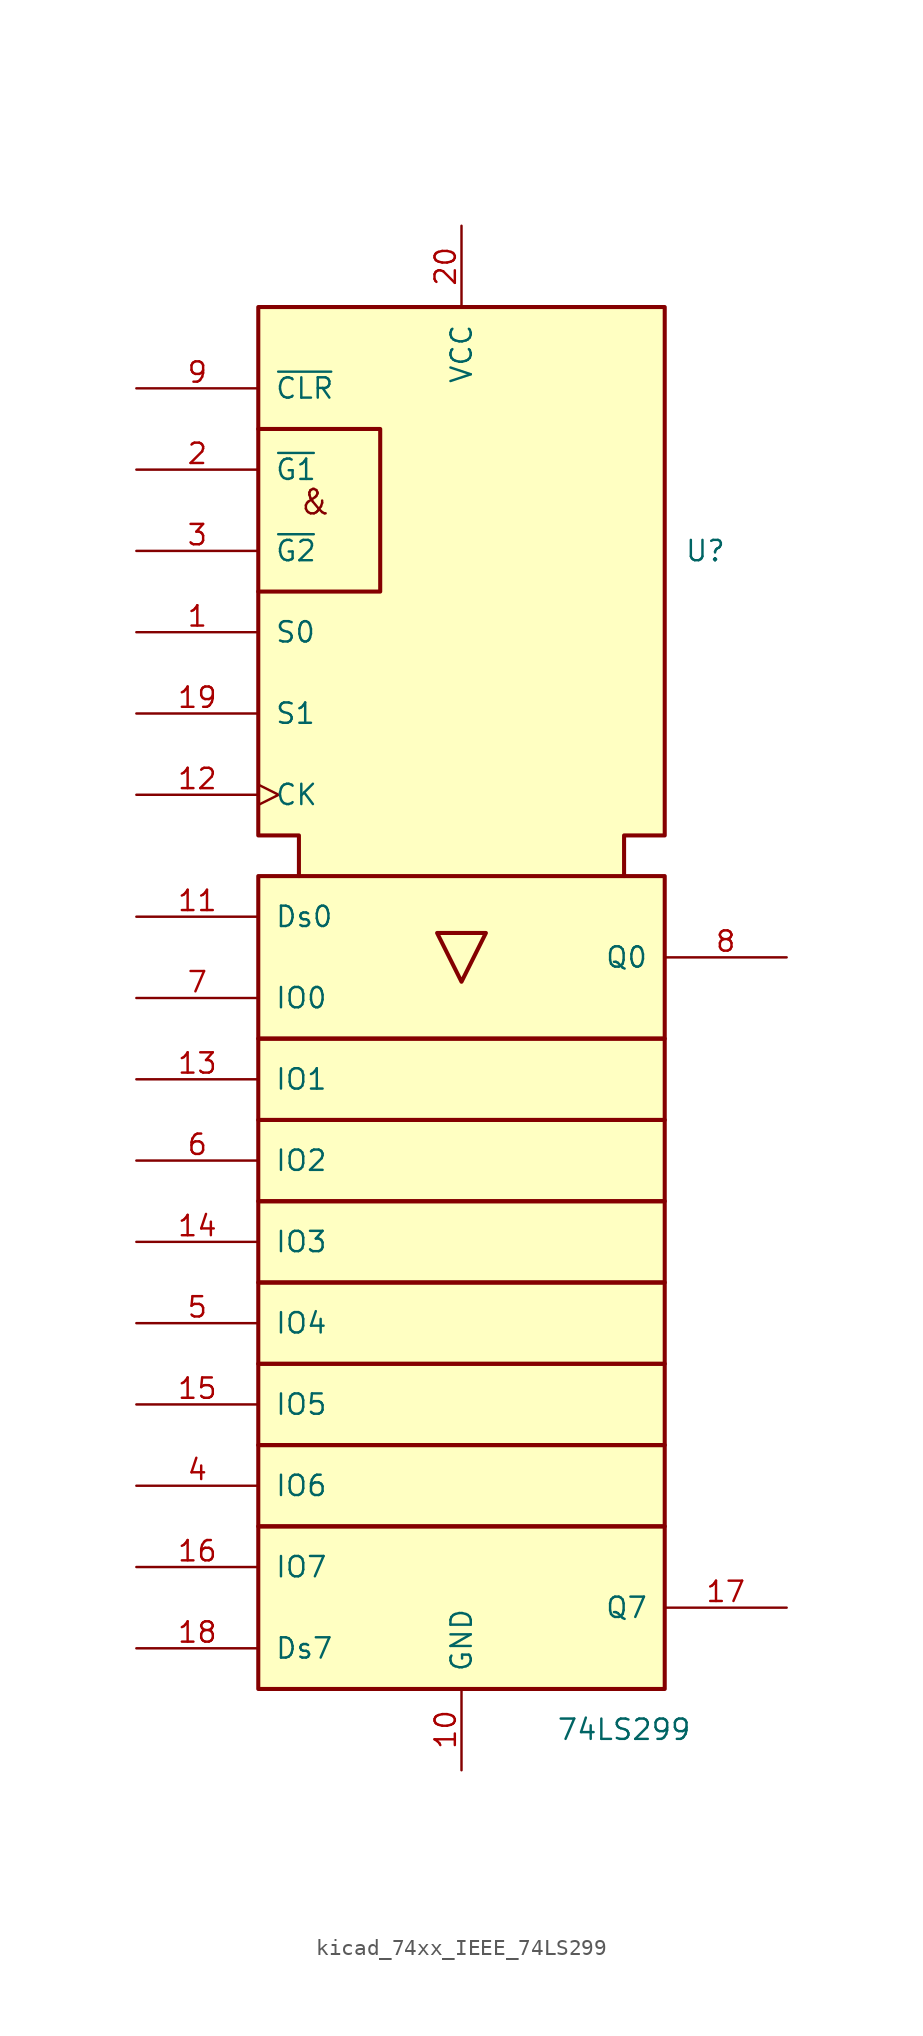
<source format=kicad_sym>
(kicad_symbol_lib
  (version 20220914)
  (generator kicad_symbol_editor)
  (symbol "kicad_74xx_IEEE_74LS299"
    (pin_names
      (offset 1.016))
    (property "Reference" "U"
      (at 15.24 12.7 0)
      (effects (font (size 1.27 1.27))))
    (property "Value" "74LS299"
      (at 10.16 -60.96 0)
      (effects (font (size 1.27 1.27))))
    (symbol "kicad_74xx_IEEE_74LS299_0_0"
      (polyline (pts (xy 1.524 -11.176) (xy -1.524 -11.176) (xy 0 -14.224) (xy 1.524 -11.176) (xy 1.524 -11.176)) (stroke (width 0.254) (type default)) (fill (type background)))
      (text "&" (at -9.144 15.748 0) (effects (font (size 1.524 1.524))))
      (pin power_in line (at 0 -63.5 90) (length 5.08) (name "GND" (effects (font (size 1.27 1.27)))) (number "10" (effects (font (size 1.27 1.27)))))
      (pin power_in line (at 0 33.02 270) (length 5.08) (name "VCC" (effects (font (size 1.27 1.27)))) (number "20" (effects (font (size 1.27 1.27))))))
    (symbol "kicad_74xx_IEEE_74LS299_0_1"
      (rectangle (start -12.7 -48.26) (end 12.7 -58.42) (stroke (width 0.254) (type default)) (fill (type background)))
      (rectangle (start -12.7 -43.18) (end 12.7 -48.26) (stroke (width 0.254) (type default)) (fill (type background)))
      (rectangle (start -12.7 -38.1) (end 12.7 -43.18) (stroke (width 0.254) (type default)) (fill (type background)))
      (rectangle (start -12.7 -33.02) (end 12.7 -38.1) (stroke (width 0.254) (type default)) (fill (type background)))
      (rectangle (start -12.7 -27.94) (end 12.7 -33.02) (stroke (width 0.254) (type default)) (fill (type background)))
      (rectangle (start -12.7 -22.86) (end 12.7 -27.94) (stroke (width 0.254) (type default)) (fill (type background)))
      (rectangle (start -12.7 -17.78) (end 12.7 -22.86) (stroke (width 0.254) (type default)) (fill (type background)))
      (rectangle (start -12.7 -7.62) (end 12.7 -17.78) (stroke (width 0.254) (type default)) (fill (type background)))
      (polyline (pts (xy -12.7 20.32) (xy -5.08 20.32) (xy -5.08 10.16) (xy -12.7 10.16) (xy -12.7 10.16)) (stroke (width 0.254) (type default)) (fill (type background)))
      (polyline (pts (xy -10.16 -7.62) (xy -10.16 -5.08) (xy -12.7 -5.08) (xy -12.7 27.94) (xy 12.7 27.94) (xy 12.7 -5.08) (xy 10.16 -5.08) (xy 10.16 -7.62) (xy 10.16 -7.62)) (stroke (width 0.254) (type default)) (fill (type background))))
    (symbol "kicad_74xx_IEEE_74LS299_1_1"
      (pin input line (at -20.32 7.62 0) (length 7.62) (name "S0" (effects (font (size 1.27 1.27)))) (number "1" (effects (font (size 1.27 1.27)))))
      (pin input line (at -20.32 -10.16 0) (length 7.62) (name "Ds0" (effects (font (size 1.27 1.27)))) (number "11" (effects (font (size 1.27 1.27)))))
      (pin input clock (at -20.32 -2.54 0) (length 7.62) (name "CK" (effects (font (size 1.27 1.27)))) (number "12" (effects (font (size 1.27 1.27)))))
      (pin tri_state line (at -20.32 -20.32 0) (length 7.62) (name "IO1" (effects (font (size 1.27 1.27)))) (number "13" (effects (font (size 1.27 1.27)))))
      (pin tri_state line (at -20.32 -30.48 0) (length 7.62) (name "IO3" (effects (font (size 1.27 1.27)))) (number "14" (effects (font (size 1.27 1.27)))))
      (pin tri_state line (at -20.32 -40.64 0) (length 7.62) (name "IO5" (effects (font (size 1.27 1.27)))) (number "15" (effects (font (size 1.27 1.27)))))
      (pin tri_state line (at -20.32 -50.8 0) (length 7.62) (name "IO7" (effects (font (size 1.27 1.27)))) (number "16" (effects (font (size 1.27 1.27)))))
      (pin output line (at 20.32 -53.34 180) (length 7.62) (name "Q7" (effects (font (size 1.27 1.27)))) (number "17" (effects (font (size 1.27 1.27)))))
      (pin input line (at -20.32 -55.88 0) (length 7.62) (name "Ds7" (effects (font (size 1.27 1.27)))) (number "18" (effects (font (size 1.27 1.27)))))
      (pin input line (at -20.32 2.54 0) (length 7.62) (name "S1" (effects (font (size 1.27 1.27)))) (number "19" (effects (font (size 1.27 1.27)))))
      (pin input line (at -20.32 17.78 0) (length 7.62) (name "~{G1}" (effects (font (size 1.27 1.27)))) (number "2" (effects (font (size 1.27 1.27)))))
      (pin input line (at -20.32 12.7 0) (length 7.62) (name "~{G2}" (effects (font (size 1.27 1.27)))) (number "3" (effects (font (size 1.27 1.27)))))
      (pin tri_state line (at -20.32 -45.72 0) (length 7.62) (name "IO6" (effects (font (size 1.27 1.27)))) (number "4" (effects (font (size 1.27 1.27)))))
      (pin tri_state line (at -20.32 -35.56 0) (length 7.62) (name "IO4" (effects (font (size 1.27 1.27)))) (number "5" (effects (font (size 1.27 1.27)))))
      (pin tri_state line (at -20.32 -25.4 0) (length 7.62) (name "IO2" (effects (font (size 1.27 1.27)))) (number "6" (effects (font (size 1.27 1.27)))))
      (pin tri_state line (at -20.32 -15.24 0) (length 7.62) (name "IO0" (effects (font (size 1.27 1.27)))) (number "7" (effects (font (size 1.27 1.27)))))
      (pin output line (at 20.32 -12.7 180) (length 7.62) (name "Q0" (effects (font (size 1.27 1.27)))) (number "8" (effects (font (size 1.27 1.27)))))
      (pin input line (at -20.32 22.86 0) (length 7.62) (name "~{CLR}" (effects (font (size 1.27 1.27)))) (number "9" (effects (font (size 1.27 1.27))))))))
</source>
